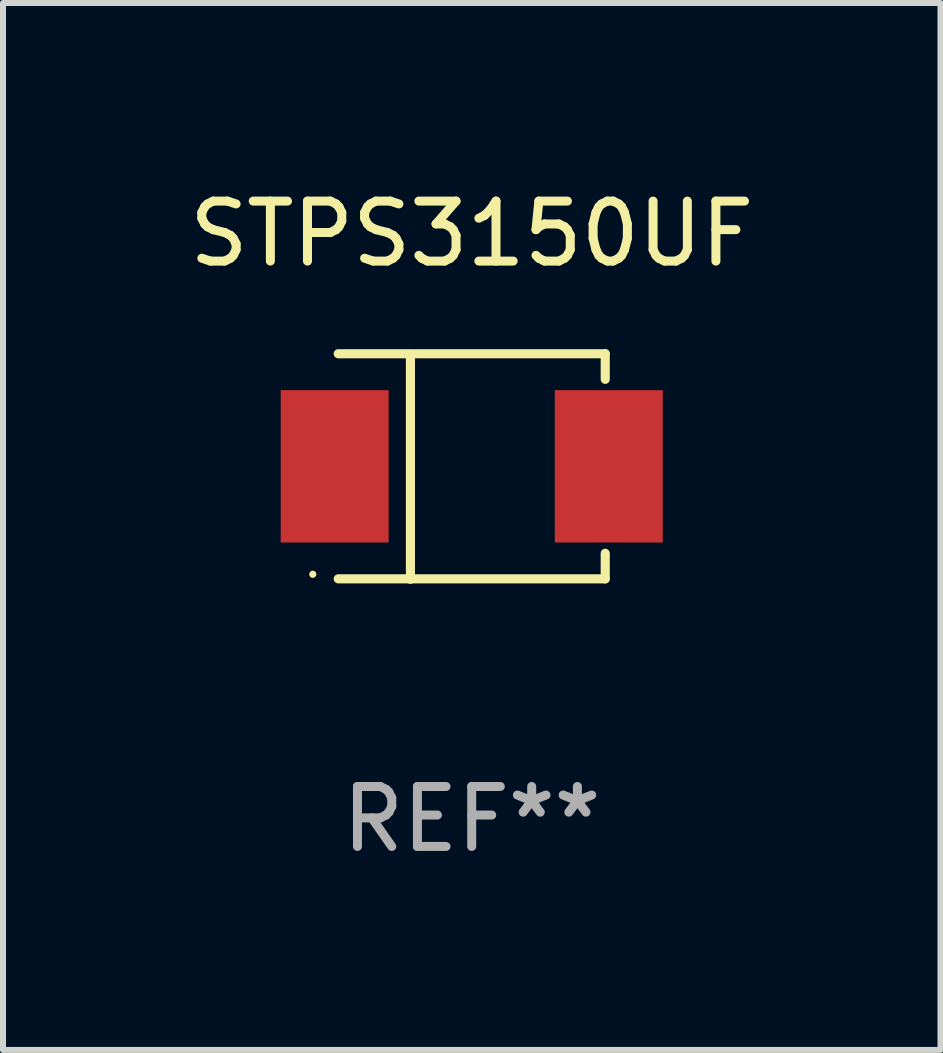
<source format=kicad_pcb>
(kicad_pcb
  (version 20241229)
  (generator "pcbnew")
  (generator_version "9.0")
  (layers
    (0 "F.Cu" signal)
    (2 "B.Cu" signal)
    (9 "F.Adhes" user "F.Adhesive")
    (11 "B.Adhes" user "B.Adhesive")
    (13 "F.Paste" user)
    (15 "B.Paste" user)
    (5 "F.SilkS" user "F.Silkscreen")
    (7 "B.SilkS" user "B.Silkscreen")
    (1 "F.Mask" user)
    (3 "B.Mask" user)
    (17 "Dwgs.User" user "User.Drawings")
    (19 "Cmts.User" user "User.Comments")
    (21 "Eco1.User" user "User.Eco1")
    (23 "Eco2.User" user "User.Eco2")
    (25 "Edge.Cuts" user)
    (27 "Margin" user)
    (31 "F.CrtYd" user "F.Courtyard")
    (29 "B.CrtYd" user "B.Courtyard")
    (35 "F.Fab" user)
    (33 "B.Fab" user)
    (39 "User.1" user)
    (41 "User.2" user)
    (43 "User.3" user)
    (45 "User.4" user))
  (footprint "STPS3150UF"
    (layer "F.Cu")
    (at 4.815 4.728)
    (property "Reference" "STPS3150UF" (at 0 -3.88 0) (layer "F.SilkS") (effects (font (size 1 1) (thickness 0.15))))
    (attr through_hole)
    (fp_line (start -2.226 -1.88) (end 2.226 -1.88) (stroke (width 0.152) (type solid)) (layer "F.SilkS"))
    (fp_line (start -2.226 1.873) (end 2.226 1.873) (stroke (width 0.152) (type solid)) (layer "F.SilkS"))
    (fp_line (start -1.022 -1.873) (end -1.022 1.88) (stroke (width 0.152) (type solid)) (layer "F.SilkS"))
    (fp_line (start 2.226 -1.88) (end 2.226 -1.453) (stroke (width 0.152) (type solid)) (layer "F.SilkS"))
    (fp_line (start 2.226 1.447) (end 2.226 1.873) (stroke (width 0.152) (type solid)) (layer "F.SilkS"))
    (fp_circle (center -2.65 1.797) (end -2.62 1.797) (stroke (width 0.06) (type solid)) (fill no) (layer "F.SilkS"))
    (fp_text user "REF**" (at 0 5.88 0) (layer "F.Fab") (effects (font (size 1 1) (thickness 0.15))))
    (pad "1" smd rect (at -2.285 -0.003) (size 1.8 2.54) (layers "F.Cu" "F.Mask" "F.Paste"))
    (pad "2" smd rect (at 2.285 -0.003) (size 1.8 2.54) (layers "F.Cu" "F.Mask" "F.Paste")))
  (gr_rect
    (start -3 -3)
    (end 12.631 14.456)
    (stroke (width 0.1) (type default))
    (fill no)
    (layer "Edge.Cuts")))
</source>
